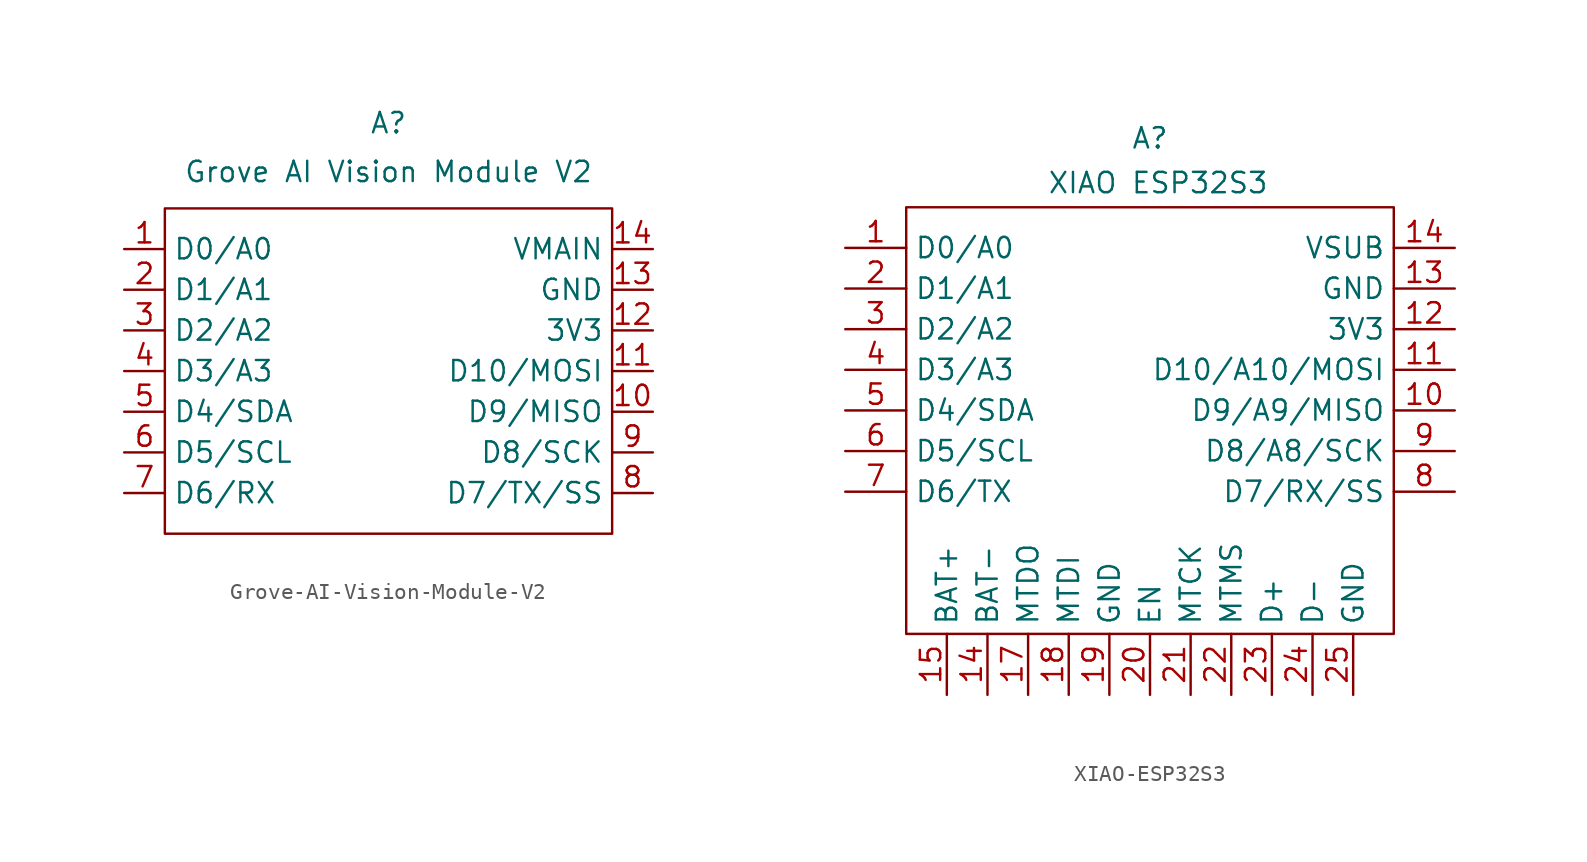
<source format=kicad_sym>
(kicad_symbol_lib
  (version 20231120)
  (generator "kicad_symbol_editor")
  (generator_version "8.0")
  (symbol "Grove-AI-Vision-Module-V2"
    (property "Reference" "A"
      (at 0 15.494 0)
      (effects (font (size 1.27 1.27))))
    (property "Value" "Grove AI Vision Module V2"
      (at 0 12.446 0)
      (effects (font (size 1.27 1.27))))
    (symbol "Grove-AI-Vision-Module-V2_0_1"
      (rectangle (start -13.97 10.16) (end 13.97 -10.16) (stroke (width 0) (type default)) (fill (type none))))
    (symbol "Grove-AI-Vision-Module-V2_1_1"
      (pin bidirectional line (at -16.51 7.62 0) (length 2.54) (name "D0/A0" (effects (font (size 1.27 1.27)))) (number "1" (effects (font (size 1.27 1.27)))))
      (pin bidirectional line (at 16.51 -2.54 180) (length 2.54) (name "D9/MISO" (effects (font (size 1.27 1.27)))) (number "10" (effects (font (size 1.27 1.27)))))
      (pin bidirectional line (at 16.51 0 180) (length 2.54) (name "D10/MOSI" (effects (font (size 1.27 1.27)))) (number "11" (effects (font (size 1.27 1.27)))))
      (pin output line (at 16.51 2.54 180) (length 2.54) (name "3V3" (effects (font (size 1.27 1.27)))) (number "12" (effects (font (size 1.27 1.27)))))
      (pin output line (at 16.51 5.08 180) (length 2.54) (name "GND" (effects (font (size 1.27 1.27)))) (number "13" (effects (font (size 1.27 1.27)))))
      (pin input line (at 16.51 7.62 180) (length 2.54) (name "VMAIN" (effects (font (size 1.27 1.27)))) (number "14" (effects (font (size 1.27 1.27)))))
      (pin bidirectional line (at -16.51 5.08 0) (length 2.54) (name "D1/A1" (effects (font (size 1.27 1.27)))) (number "2" (effects (font (size 1.27 1.27)))))
      (pin bidirectional line (at -16.51 2.54 0) (length 2.54) (name "D2/A2" (effects (font (size 1.27 1.27)))) (number "3" (effects (font (size 1.27 1.27)))))
      (pin bidirectional line (at -16.51 0 0) (length 2.54) (name "D3/A3" (effects (font (size 1.27 1.27)))) (number "4" (effects (font (size 1.27 1.27)))))
      (pin bidirectional line (at -16.51 -2.54 0) (length 2.54) (name "D4/SDA" (effects (font (size 1.27 1.27)))) (number "5" (effects (font (size 1.27 1.27)))))
      (pin bidirectional line (at -16.51 -5.08 0) (length 2.54) (name "D5/SCL" (effects (font (size 1.27 1.27)))) (number "6" (effects (font (size 1.27 1.27)))))
      (pin bidirectional line (at -16.51 -7.62 0) (length 2.54) (name "D6/RX" (effects (font (size 1.27 1.27)))) (number "7" (effects (font (size 1.27 1.27)))))
      (pin bidirectional line (at 16.51 -7.62 180) (length 2.54) (name "D7/TX/SS" (effects (font (size 1.27 1.27)))) (number "8" (effects (font (size 1.27 1.27)))))
      (pin bidirectional line (at 16.51 -5.08 180) (length 2.54) (name "D8/SCK" (effects (font (size 1.27 1.27)))) (number "9" (effects (font (size 1.27 1.27)))))))
  (symbol "XIAO-ESP32S3"
    (property "Reference" "A"
      (at 0 17.018 0)
      (effects (font (size 1.27 1.27))))
    (property "Value" "XIAO ESP32S3"
      (at 0.508 14.224 0)
      (effects (font (size 1.27 1.27))))
    (symbol "XIAO-ESP32S3_0_1"
      (rectangle (start -15.24 12.7) (end 15.24 -13.97) (stroke (width 0) (type default)) (fill (type none))))
    (symbol "XIAO-ESP32S3_1_1"
      (pin bidirectional line (at -19.05 10.16 0) (length 3.81) (name "D0/A0" (effects (font (size 1.27 1.27)))) (number "1" (effects (font (size 1.27 1.27)))))
      (pin bidirectional line (at 19.05 0 180) (length 3.81) (name "D9/A9/MISO" (effects (font (size 1.27 1.27)))) (number "10" (effects (font (size 1.27 1.27)))))
      (pin bidirectional line (at 19.05 2.54 180) (length 3.81) (name "D10/A10/MOSI" (effects (font (size 1.27 1.27)))) (number "11" (effects (font (size 1.27 1.27)))))
      (pin input line (at 19.05 5.08 180) (length 3.81) (name "3V3" (effects (font (size 1.27 1.27)))) (number "12" (effects (font (size 1.27 1.27)))))
      (pin output line (at 19.05 7.62 180) (length 3.81) (name "GND" (effects (font (size 1.27 1.27)))) (number "13" (effects (font (size 1.27 1.27)))))
      (pin output line (at -10.16 -17.78 90) (length 3.81) (name "BAT-" (effects (font (size 1.27 1.27)))) (number "14" (effects (font (size 1.27 1.27)))))
      (pin output line (at 19.05 10.16 180) (length 3.81) (name "VSUB" (effects (font (size 1.27 1.27)))) (number "14" (effects (font (size 1.27 1.27)))))
      (pin input line (at -12.7 -17.78 90) (length 3.81) (name "BAT+" (effects (font (size 1.27 1.27)))) (number "15" (effects (font (size 1.27 1.27)))))
      (pin bidirectional line (at -7.62 -17.78 90) (length 3.81) (name "MTDO" (effects (font (size 1.27 1.27)))) (number "17" (effects (font (size 1.27 1.27)))))
      (pin bidirectional line (at -5.08 -17.78 90) (length 3.81) (name "MTDI" (effects (font (size 1.27 1.27)))) (number "18" (effects (font (size 1.27 1.27)))))
      (pin bidirectional line (at -2.54 -17.78 90) (length 3.81) (name "GND" (effects (font (size 1.27 1.27)))) (number "19" (effects (font (size 1.27 1.27)))))
      (pin bidirectional line (at -19.05 7.62 0) (length 3.81) (name "D1/A1" (effects (font (size 1.27 1.27)))) (number "2" (effects (font (size 1.27 1.27)))))
      (pin bidirectional line (at 0 -17.78 90) (length 3.81) (name "EN" (effects (font (size 1.27 1.27)))) (number "20" (effects (font (size 1.27 1.27)))))
      (pin bidirectional line (at 2.54 -17.78 90) (length 3.81) (name "MTCK" (effects (font (size 1.27 1.27)))) (number "21" (effects (font (size 1.27 1.27)))))
      (pin bidirectional line (at 5.08 -17.78 90) (length 3.81) (name "MTMS" (effects (font (size 1.27 1.27)))) (number "22" (effects (font (size 1.27 1.27)))))
      (pin bidirectional line (at 7.62 -17.78 90) (length 3.81) (name "D+" (effects (font (size 1.27 1.27)))) (number "23" (effects (font (size 1.27 1.27)))))
      (pin bidirectional line (at 10.16 -17.78 90) (length 3.81) (name "D-" (effects (font (size 1.27 1.27)))) (number "24" (effects (font (size 1.27 1.27)))))
      (pin output line (at 12.7 -17.78 90) (length 3.81) (name "GND" (effects (font (size 1.27 1.27)))) (number "25" (effects (font (size 1.27 1.27)))))
      (pin bidirectional line (at -19.05 5.08 0) (length 3.81) (name "D2/A2" (effects (font (size 1.27 1.27)))) (number "3" (effects (font (size 1.27 1.27)))))
      (pin bidirectional line (at -19.05 2.54 0) (length 3.81) (name "D3/A3" (effects (font (size 1.27 1.27)))) (number "4" (effects (font (size 1.27 1.27)))))
      (pin bidirectional line (at -19.05 0 0) (length 3.81) (name "D4/SDA" (effects (font (size 1.27 1.27)))) (number "5" (effects (font (size 1.27 1.27)))))
      (pin bidirectional line (at -19.05 -2.54 0) (length 3.81) (name "D5/SCL" (effects (font (size 1.27 1.27)))) (number "6" (effects (font (size 1.27 1.27)))))
      (pin bidirectional line (at -19.05 -5.08 0) (length 3.81) (name "D6/TX" (effects (font (size 1.27 1.27)))) (number "7" (effects (font (size 1.27 1.27)))))
      (pin bidirectional line (at 19.05 -5.08 180) (length 3.81) (name "D7/RX/SS" (effects (font (size 1.27 1.27)))) (number "8" (effects (font (size 1.27 1.27)))))
      (pin bidirectional line (at 19.05 -2.54 180) (length 3.81) (name "D8/A8/SCK" (effects (font (size 1.27 1.27)))) (number "9" (effects (font (size 1.27 1.27))))))))
</source>
